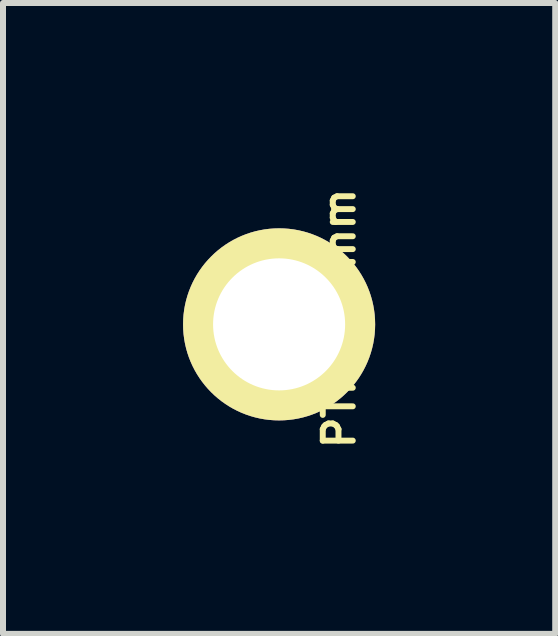
<source format=kicad_pcb>
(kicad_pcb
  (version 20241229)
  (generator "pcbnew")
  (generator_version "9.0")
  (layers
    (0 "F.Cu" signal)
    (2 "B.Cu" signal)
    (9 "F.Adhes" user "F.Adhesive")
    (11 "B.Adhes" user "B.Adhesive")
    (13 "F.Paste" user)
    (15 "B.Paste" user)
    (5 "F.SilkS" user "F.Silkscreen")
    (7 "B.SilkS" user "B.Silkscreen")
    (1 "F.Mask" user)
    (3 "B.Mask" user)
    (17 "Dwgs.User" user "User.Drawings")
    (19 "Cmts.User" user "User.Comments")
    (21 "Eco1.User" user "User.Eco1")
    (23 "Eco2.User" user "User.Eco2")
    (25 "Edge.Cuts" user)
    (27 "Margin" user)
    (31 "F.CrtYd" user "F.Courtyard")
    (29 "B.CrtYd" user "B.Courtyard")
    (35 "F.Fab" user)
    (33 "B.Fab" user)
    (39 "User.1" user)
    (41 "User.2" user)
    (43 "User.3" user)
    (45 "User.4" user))
  (footprint "PTH_2.2mm"
    (layer "F.Cu")
    (at 1.6 2.354)
    (property "Reference" "PTH_2.2mm" (at 1.001 -0.099 90) (layer "F.SilkS") (effects (font (size 0.5 0.5) (thickness 0.099))))
    (attr through_hole)
    (pad "1" thru_hole circle (at 0 0) (size 3.2 3.2) (drill 2.2) (layers "*.Cu" "*.Mask" "F.SilkS")))
  (gr_rect
    (start -3 -3)
    (end 6.2 7.51)
    (stroke (width 0.1) (type default))
    (fill no)
    (layer "Edge.Cuts")))
</source>
